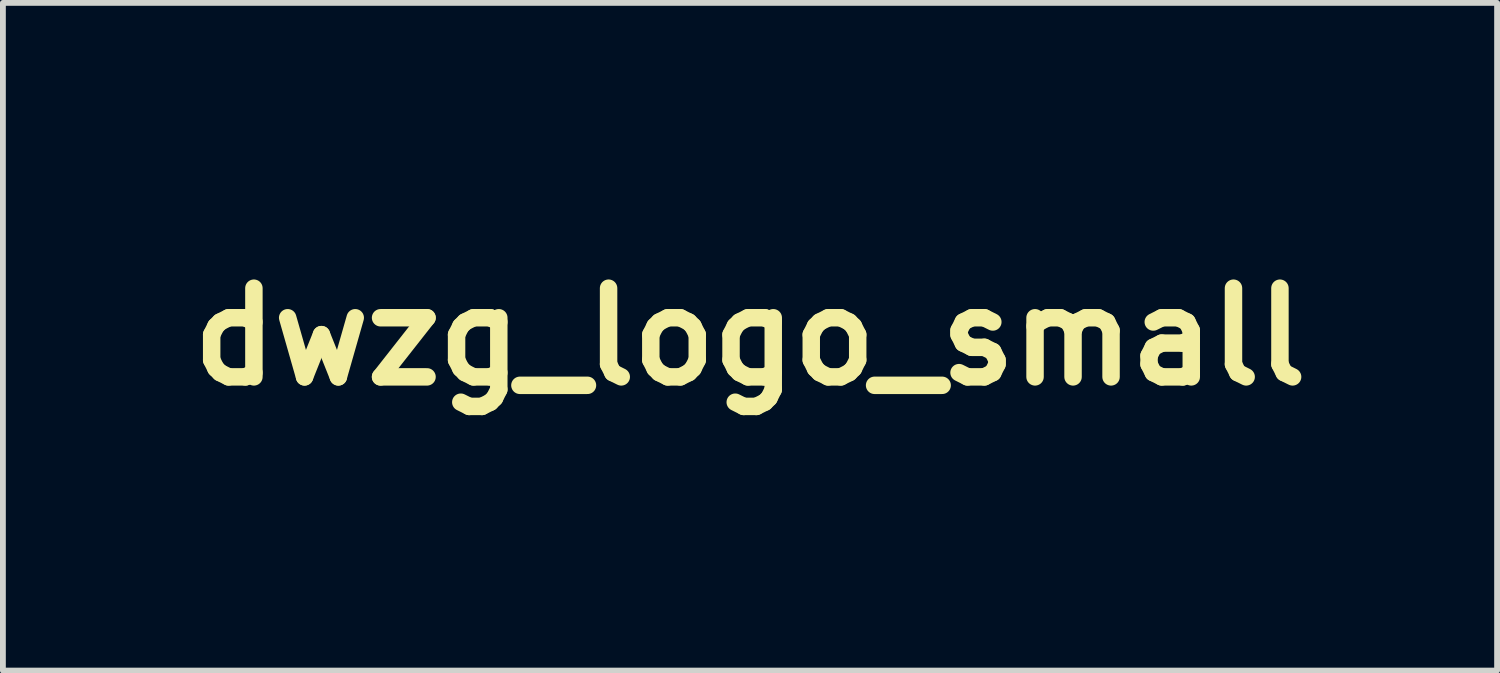
<source format=kicad_pcb>
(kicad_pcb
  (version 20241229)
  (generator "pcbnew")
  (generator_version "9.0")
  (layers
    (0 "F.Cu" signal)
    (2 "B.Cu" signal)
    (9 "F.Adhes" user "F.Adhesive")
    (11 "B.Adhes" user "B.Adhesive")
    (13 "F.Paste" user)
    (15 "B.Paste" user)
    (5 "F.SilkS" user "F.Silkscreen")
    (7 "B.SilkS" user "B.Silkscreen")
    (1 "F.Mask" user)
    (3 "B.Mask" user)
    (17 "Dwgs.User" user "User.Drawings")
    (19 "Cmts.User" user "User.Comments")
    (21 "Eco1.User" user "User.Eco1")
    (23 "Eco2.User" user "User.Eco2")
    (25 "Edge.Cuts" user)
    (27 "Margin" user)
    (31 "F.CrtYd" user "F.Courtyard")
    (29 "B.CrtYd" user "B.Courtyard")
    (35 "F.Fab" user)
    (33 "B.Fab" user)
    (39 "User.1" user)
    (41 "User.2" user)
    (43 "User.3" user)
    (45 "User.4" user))
  (footprint "dwzg_logo_small"
    (layer "F.Cu")
    (at 9.841 2.738)
    (property "Reference" "dwzg_logo_small" (at 0 0 0) (layer "F.SilkS") (effects (font (size 1.524 1.524) (thickness 0.3))))
    (attr through_hole)
    (fp_poly (pts (xy -2.733 0.386) (xy -1.951 0.386) (xy -1.951 -1.168) (xy -1.168 -1.168) (xy -1.168 0.386) (xy -0.386 0.386) (xy -0.386 -1.168) (xy 1.951 -1.168) (xy 1.951 0.386) (xy 2.733 0.386) (xy 2.733 -0.386) (xy 3.515 -0.386) (xy 3.515 0.386) (xy 4.298 0.386) (xy 4.298 -0.386) (xy 3.515 -0.386) (xy 2.733 -0.386) (xy 2.733 -1.168) (xy 5.08 -1.168) (xy 5.08 2.733) (xy 2.733 2.733) (xy 2.733 1.951) (xy 4.298 1.951) (xy 4.298 1.168) (xy 1.168 1.168) (xy 1.168 -0.386) (xy 0.396 -0.386) (xy 0.396 1.168) (xy -5.08 1.168) (xy -5.08 -0.386) (xy -4.298 -0.386) (xy -4.298 0.386) (xy -3.515 0.386) (xy -3.515 -0.386) (xy -4.298 -0.386) (xy -5.08 -0.386) (xy -5.08 -1.168) (xy -3.515 -1.168) (xy -3.515 -2.733) (xy -2.733 -2.733) (xy -2.733 0.386)) (stroke (width 0.01) (type solid)) (fill yes) (layer "F.Mask")))
  (gr_rect
    (start -3 -3)
    (end 22.681 8.476)
    (stroke (width 0.1) (type default))
    (fill no)
    (layer "Edge.Cuts")))
</source>
